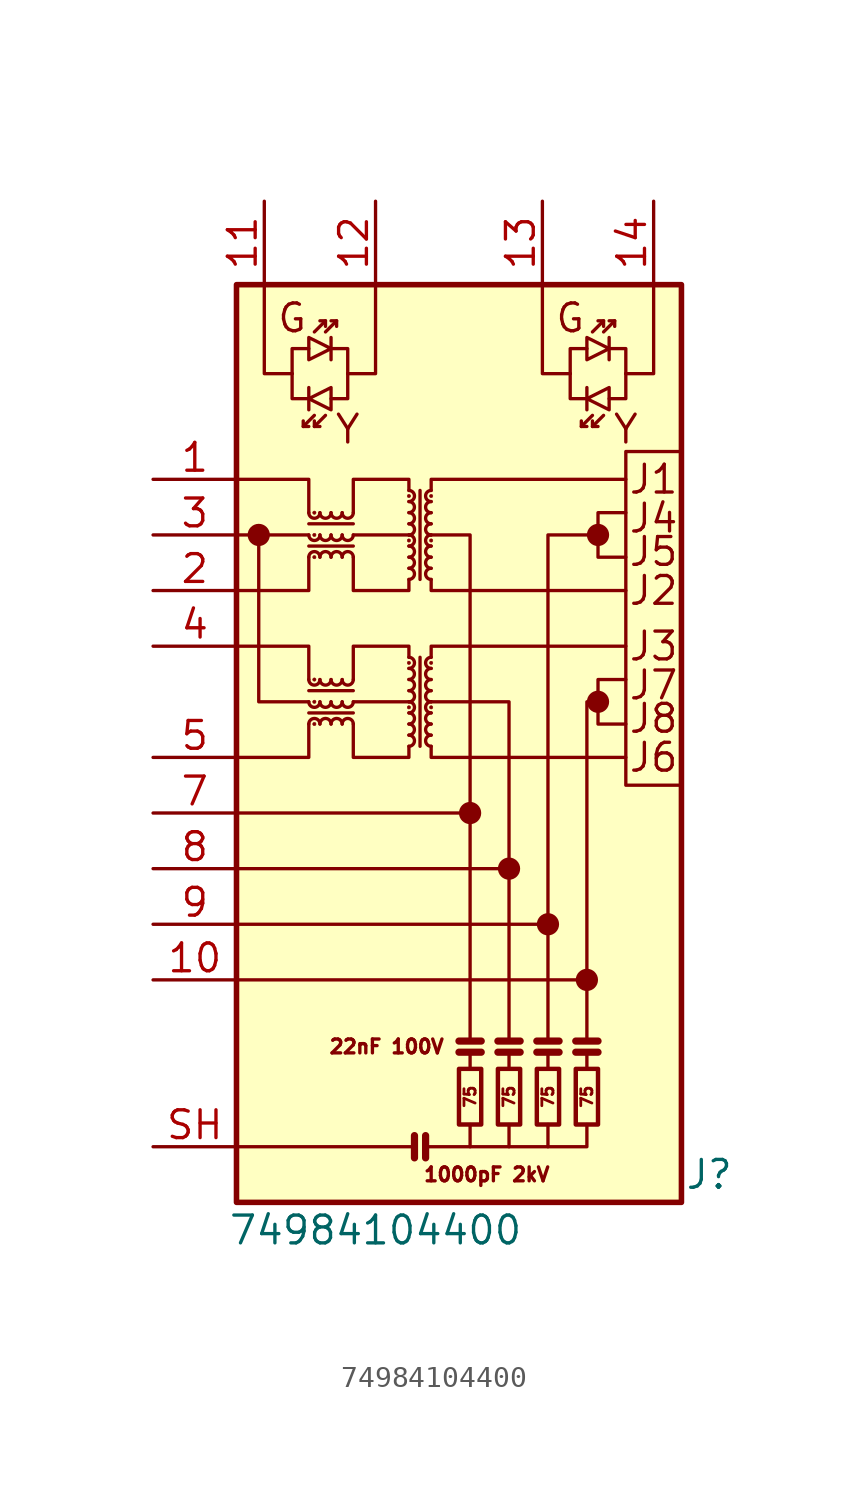
<source format=kicad_sym>
(kicad_symbol_lib
  (version 20220914)
  (generator kicad_symbol_editor)
  (symbol "74984104400"
    (pin_names
      (offset 0) hide)
    (property "Reference" "J"
      (at 10.16 -19.05 0)
      (effects (font (size 1.27 1.27))))
    (property "Value" "74984104400"
      (at -5.08 -21.59 0)
      (effects (font (size 1.27 1.27))))
    (symbol "74984104400_0_0"
      (circle (center -10.414 10.16) (radius 0.0001) (stroke (width 0.508) (type default)) (fill (type none)))
      (circle (center -0.762 -2.54) (radius 0.0001) (stroke (width 0.508) (type default)) (fill (type none)))
      (polyline (pts (xy -6.096 2.54) (xy -3.556 2.54)) (stroke (width 0) (type default)) (fill (type none)))
      (polyline (pts (xy -6.096 10.16) (xy -3.556 10.16)) (stroke (width 0) (type default)) (fill (type none)))
      (polyline (pts (xy -3.556 0.508) (xy -3.556 0) (xy -6.096 0) (xy -6.096 1.524)) (stroke (width 0) (type default)) (fill (type none)))
      (polyline (pts (xy -3.556 4.572) (xy -3.556 5.08) (xy -6.096 5.08) (xy -6.096 3.556)) (stroke (width 0) (type default)) (fill (type none)))
      (polyline (pts (xy -3.556 8.128) (xy -3.556 7.62) (xy -6.096 7.62) (xy -6.096 9.144)) (stroke (width 0) (type default)) (fill (type none)))
      (polyline (pts (xy -3.556 12.192) (xy -3.556 12.7) (xy -6.096 12.7) (xy -6.096 11.176)) (stroke (width 0) (type default)) (fill (type none)))
      (circle (center 1.016 -5.08) (radius 0.0001) (stroke (width 0.508) (type default)) (fill (type none)))
      (circle (center 2.794 -7.62) (radius 0.0001) (stroke (width 0.508) (type default)) (fill (type none)))
      (circle (center 4.572 -10.16) (radius 0.0001) (stroke (width 0.508) (type default)) (fill (type none)))
      (circle (center 5.08 2.54) (radius 0.0001) (stroke (width 0.508) (type default)) (fill (type none)))
      (circle (center 5.08 10.16) (radius 0.0001) (stroke (width 0.508) (type default)) (fill (type none)))
      (text "1000pF 2kV" (at 0 -19.05 0) (effects (font (size 0.635 0.635))))
      (text "G" (at -8.89 20.066 0) (effects (font (size 1.27 1.27))))
      (text "G" (at 3.81 20.066 0) (effects (font (size 1.27 1.27))))
      (text "Y" (at -6.35 14.986 0) (effects (font (size 1.27 1.27))))
      (text "Y" (at 6.35 14.986 0) (effects (font (size 1.27 1.27)))))
    (symbol "74984104400_0_1"
      (rectangle (start -11.43 21.59) (end 8.89 -20.32) (stroke (width 0.254) (type default)) (fill (type background)))
      (arc (start -8.128 2.54) (mid -7.874 2.2871) (end -7.62 2.54) (stroke (width 0) (type default)) (fill (type none)))
      (arc (start -8.128 3.556) (mid -7.874 3.3031) (end -7.62 3.556) (stroke (width 0) (type default)) (fill (type none)))
      (arc (start -8.128 10.16) (mid -7.874 9.9071) (end -7.62 10.16) (stroke (width 0) (type default)) (fill (type none)))
      (arc (start -8.128 11.176) (mid -7.874 10.9231) (end -7.62 11.176) (stroke (width 0) (type default)) (fill (type none)))
      (circle (center -7.874 1.525) (radius 0.076) (stroke (width 0.025) (type default)) (fill (type outline)))
      (circle (center -7.874 2.54) (radius 0.076) (stroke (width 0.025) (type default)) (fill (type outline)))
      (circle (center -7.874 3.556) (radius 0.076) (stroke (width 0.025) (type default)) (fill (type outline)))
      (circle (center -7.874 9.145) (radius 0.076) (stroke (width 0.025) (type default)) (fill (type outline)))
      (circle (center -7.874 10.16) (radius 0.076) (stroke (width 0.025) (type default)) (fill (type outline)))
      (circle (center -7.874 11.176) (radius 0.076) (stroke (width 0.025) (type default)) (fill (type outline)))
      (arc (start -7.62 1.5251) (mid -7.874 1.778) (end -8.128 1.5251) (stroke (width 0) (type default)) (fill (type none)))
      (arc (start -7.62 2.54) (mid -7.366 2.2871) (end -7.112 2.54) (stroke (width 0) (type default)) (fill (type none)))
      (arc (start -7.62 3.556) (mid -7.366 3.3031) (end -7.112 3.556) (stroke (width 0) (type default)) (fill (type none)))
      (arc (start -7.62 9.1451) (mid -7.874 9.398) (end -8.128 9.1451) (stroke (width 0) (type default)) (fill (type none)))
      (arc (start -7.62 10.16) (mid -7.366 9.9071) (end -7.112 10.16) (stroke (width 0) (type default)) (fill (type none)))
      (arc (start -7.62 11.176) (mid -7.366 10.9231) (end -7.112 11.176) (stroke (width 0) (type default)) (fill (type none)))
      (arc (start -7.112 1.5251) (mid -7.366 1.778) (end -7.62 1.5251) (stroke (width 0) (type default)) (fill (type none)))
      (arc (start -7.112 2.54) (mid -6.858 2.2871) (end -6.604 2.54) (stroke (width 0) (type default)) (fill (type none)))
      (arc (start -7.112 3.556) (mid -6.858 3.3031) (end -6.604 3.556) (stroke (width 0) (type default)) (fill (type none)))
      (arc (start -7.112 9.1451) (mid -7.366 9.398) (end -7.62 9.1451) (stroke (width 0) (type default)) (fill (type none)))
      (arc (start -7.112 10.16) (mid -6.858 9.9071) (end -6.604 10.16) (stroke (width 0) (type default)) (fill (type none)))
      (arc (start -7.112 11.176) (mid -6.858 10.9231) (end -6.604 11.176) (stroke (width 0) (type default)) (fill (type none)))
      (arc (start -6.604 1.5251) (mid -6.858 1.778) (end -7.112 1.5251) (stroke (width 0) (type default)) (fill (type none)))
      (arc (start -6.604 2.54) (mid -6.35 2.2871) (end -6.096 2.54) (stroke (width 0) (type default)) (fill (type none)))
      (arc (start -6.604 3.556) (mid -6.35 3.3031) (end -6.096 3.556) (stroke (width 0) (type default)) (fill (type none)))
      (arc (start -6.604 9.1451) (mid -6.858 9.398) (end -7.112 9.1451) (stroke (width 0) (type default)) (fill (type none)))
      (arc (start -6.604 10.16) (mid -6.35 9.9071) (end -6.096 10.16) (stroke (width 0) (type default)) (fill (type none)))
      (arc (start -6.604 11.176) (mid -6.35 10.9231) (end -6.096 11.176) (stroke (width 0) (type default)) (fill (type none)))
      (arc (start -6.096 1.5251) (mid -6.35 1.778) (end -6.604 1.5251) (stroke (width 0) (type default)) (fill (type none)))
      (arc (start -6.096 9.1451) (mid -6.35 9.398) (end -6.604 9.1451) (stroke (width 0) (type default)) (fill (type none)))
      (arc (start -3.556 0.508) (mid -3.303 0.762) (end -3.556 1.016) (stroke (width 0) (type default)) (fill (type none)))
      (arc (start -3.556 1.016) (mid -3.3031 1.27) (end -3.556 1.524) (stroke (width 0) (type default)) (fill (type none)))
      (arc (start -3.556 1.524) (mid -3.303 1.778) (end -3.556 2.032) (stroke (width 0) (type default)) (fill (type none)))
      (arc (start -3.556 2.032) (mid -3.303 2.286) (end -3.556 2.54) (stroke (width 0) (type default)) (fill (type none)))
      (circle (center -3.556 2.286) (radius 0.076) (stroke (width 0.025) (type default)) (fill (type outline)))
      (arc (start -3.556 2.54) (mid -3.303 2.794) (end -3.556 3.048) (stroke (width 0) (type default)) (fill (type none)))
      (arc (start -3.556 3.048) (mid -3.303 3.302) (end -3.556 3.556) (stroke (width 0) (type default)) (fill (type none)))
      (arc (start -3.556 3.556) (mid -3.3031 3.81) (end -3.556 4.064) (stroke (width 0) (type default)) (fill (type none)))
      (arc (start -3.556 4.064) (mid -3.303 4.318) (end -3.556 4.572) (stroke (width 0) (type default)) (fill (type none)))
      (circle (center -3.556 4.318) (radius 0.076) (stroke (width 0.025) (type default)) (fill (type outline)))
      (arc (start -3.556 8.128) (mid -3.303 8.382) (end -3.556 8.636) (stroke (width 0) (type default)) (fill (type none)))
      (arc (start -3.556 8.636) (mid -3.3031 8.89) (end -3.556 9.144) (stroke (width 0) (type default)) (fill (type none)))
      (arc (start -3.556 9.144) (mid -3.303 9.398) (end -3.556 9.652) (stroke (width 0) (type default)) (fill (type none)))
      (arc (start -3.556 9.652) (mid -3.303 9.906) (end -3.556 10.16) (stroke (width 0) (type default)) (fill (type none)))
      (circle (center -3.556 9.906) (radius 0.076) (stroke (width 0.025) (type default)) (fill (type outline)))
      (arc (start -3.556 10.16) (mid -3.303 10.414) (end -3.556 10.668) (stroke (width 0) (type default)) (fill (type none)))
      (arc (start -3.556 10.668) (mid -3.303 10.922) (end -3.556 11.176) (stroke (width 0) (type default)) (fill (type none)))
      (arc (start -3.556 11.176) (mid -3.3031 11.43) (end -3.556 11.684) (stroke (width 0) (type default)) (fill (type none)))
      (arc (start -3.556 11.684) (mid -3.303 11.938) (end -3.556 12.192) (stroke (width 0) (type default)) (fill (type none)))
      (circle (center -3.556 11.938) (radius 0.076) (stroke (width 0.025) (type default)) (fill (type outline)))
      (arc (start -2.54 1.016) (mid -2.793 0.762) (end -2.54 0.508) (stroke (width 0) (type default)) (fill (type none)))
      (arc (start -2.54 1.524) (mid -2.7929 1.27) (end -2.54 1.016) (stroke (width 0) (type default)) (fill (type none)))
      (arc (start -2.54 2.032) (mid -2.793 1.778) (end -2.54 1.524) (stroke (width 0) (type default)) (fill (type none)))
      (circle (center -2.54 2.286) (radius 0.076) (stroke (width 0.025) (type default)) (fill (type outline)))
      (arc (start -2.54 2.54) (mid -2.793 2.286) (end -2.54 2.032) (stroke (width 0) (type default)) (fill (type none)))
      (arc (start -2.54 3.048) (mid -2.793 2.794) (end -2.54 2.54) (stroke (width 0) (type default)) (fill (type none)))
      (arc (start -2.54 3.556) (mid -2.793 3.302) (end -2.54 3.048) (stroke (width 0) (type default)) (fill (type none)))
      (arc (start -2.54 4.064) (mid -2.7929 3.81) (end -2.54 3.556) (stroke (width 0) (type default)) (fill (type none)))
      (circle (center -2.54 4.318) (radius 0.076) (stroke (width 0.025) (type default)) (fill (type outline)))
      (arc (start -2.54 4.572) (mid -2.793 4.318) (end -2.54 4.064) (stroke (width 0) (type default)) (fill (type none)))
      (arc (start -2.54 8.636) (mid -2.793 8.382) (end -2.54 8.128) (stroke (width 0) (type default)) (fill (type none)))
      (arc (start -2.54 9.144) (mid -2.7929 8.89) (end -2.54 8.636) (stroke (width 0) (type default)) (fill (type none)))
      (arc (start -2.54 9.652) (mid -2.793 9.398) (end -2.54 9.144) (stroke (width 0) (type default)) (fill (type none)))
      (circle (center -2.54 9.906) (radius 0.076) (stroke (width 0.025) (type default)) (fill (type outline)))
      (arc (start -2.54 10.16) (mid -2.793 9.906) (end -2.54 9.652) (stroke (width 0) (type default)) (fill (type none)))
      (arc (start -2.54 10.668) (mid -2.793 10.414) (end -2.54 10.16) (stroke (width 0) (type default)) (fill (type none)))
      (arc (start -2.54 11.176) (mid -2.793 10.922) (end -2.54 10.668) (stroke (width 0) (type default)) (fill (type none)))
      (arc (start -2.54 11.684) (mid -2.7929 11.43) (end -2.54 11.176) (stroke (width 0) (type default)) (fill (type none)))
      (circle (center -2.54 11.938) (radius 0.076) (stroke (width 0.025) (type default)) (fill (type outline)))
      (arc (start -2.54 12.192) (mid -2.793 11.938) (end -2.54 11.684) (stroke (width 0) (type default)) (fill (type none)))
      (rectangle (start -1.27 -16.764) (end -0.254 -14.224) (stroke (width 0.203) (type default)) (fill (type none)))
      (polyline (pts (xy -8.382 15.113) (xy -7.874 15.621)) (stroke (width 0) (type default)) (fill (type none)))
      (polyline (pts (xy -8.128 16.891) (xy -8.128 15.875)) (stroke (width 0) (type default)) (fill (type none)))
      (polyline (pts (xy -7.874 15.113) (xy -7.366 15.621)) (stroke (width 0) (type default)) (fill (type none)))
      (polyline (pts (xy -7.366 19.939) (xy -7.874 19.431)) (stroke (width 0) (type default)) (fill (type none)))
      (polyline (pts (xy -7.112 18.161) (xy -7.112 19.177)) (stroke (width 0) (type default)) (fill (type none)))
      (polyline (pts (xy -6.858 19.939) (xy -7.366 19.431)) (stroke (width 0) (type default)) (fill (type none)))
      (polyline (pts (xy -6.096 2.032) (xy -8.128 2.032)) (stroke (width 0) (type default)) (fill (type none)))
      (polyline (pts (xy -6.096 3.048) (xy -8.128 3.048)) (stroke (width 0) (type default)) (fill (type none)))
      (polyline (pts (xy -6.096 9.652) (xy -8.128 9.652)) (stroke (width 0) (type default)) (fill (type none)))
      (polyline (pts (xy -6.096 10.668) (xy -8.128 10.668)) (stroke (width 0) (type default)) (fill (type none)))
      (polyline (pts (xy -3.302 -17.272) (xy -3.302 -18.288)) (stroke (width 0.33) (type default)) (fill (type none)))
      (polyline (pts (xy -3.048 0.508) (xy -3.048 4.572)) (stroke (width 0) (type default)) (fill (type none)))
      (polyline (pts (xy -3.048 8.128) (xy -3.048 12.192)) (stroke (width 0) (type default)) (fill (type none)))
      (polyline (pts (xy -2.794 -17.272) (xy -2.794 -18.288)) (stroke (width 0.33) (type default)) (fill (type none)))
      (polyline (pts (xy -0.254 -13.462) (xy -1.27 -13.462)) (stroke (width 0.33) (type default)) (fill (type none)))
      (polyline (pts (xy -0.254 -12.954) (xy -1.27 -12.954)) (stroke (width 0.33) (type default)) (fill (type none)))
      (polyline (pts (xy 1.524 -13.462) (xy 0.508 -13.462)) (stroke (width 0.33) (type default)) (fill (type none)))
      (polyline (pts (xy 1.524 -12.954) (xy 0.508 -12.954)) (stroke (width 0.33) (type default)) (fill (type none)))
      (polyline (pts (xy 3.302 -13.462) (xy 2.286 -13.462)) (stroke (width 0.33) (type default)) (fill (type none)))
      (polyline (pts (xy 3.302 -12.954) (xy 2.286 -12.954)) (stroke (width 0.33) (type default)) (fill (type none)))
      (polyline (pts (xy 4.318 15.113) (xy 4.826 15.621)) (stroke (width 0) (type default)) (fill (type none)))
      (polyline (pts (xy 4.572 16.891) (xy 4.572 15.875)) (stroke (width 0) (type default)) (fill (type none)))
      (polyline (pts (xy 4.826 15.113) (xy 5.334 15.621)) (stroke (width 0) (type default)) (fill (type none)))
      (polyline (pts (xy 5.08 -13.462) (xy 4.064 -13.462)) (stroke (width 0.33) (type default)) (fill (type none)))
      (polyline (pts (xy 5.08 -12.954) (xy 4.064 -12.954)) (stroke (width 0.33) (type default)) (fill (type none)))
      (polyline (pts (xy 5.334 19.939) (xy 4.826 19.431)) (stroke (width 0) (type default)) (fill (type none)))
      (polyline (pts (xy 5.588 18.161) (xy 5.588 19.177)) (stroke (width 0) (type default)) (fill (type none)))
      (polyline (pts (xy 5.842 19.939) (xy 5.334 19.431)) (stroke (width 0) (type default)) (fill (type none)))
      (polyline (pts (xy -8.89 17.526) (xy -8.89 16.383) (xy -8.128 16.383)) (stroke (width 0) (type default)) (fill (type none)))
      (polyline (pts (xy -8.89 17.526) (xy -8.89 18.669) (xy -8.128 18.669)) (stroke (width 0) (type default)) (fill (type none)))
      (polyline (pts (xy -8.382 15.367) (xy -8.382 15.113) (xy -8.128 15.113)) (stroke (width 0) (type default)) (fill (type none)))
      (polyline (pts (xy -7.874 15.367) (xy -7.874 15.113) (xy -7.62 15.113)) (stroke (width 0) (type default)) (fill (type none)))
      (polyline (pts (xy -7.366 19.685) (xy -7.366 19.939) (xy -7.62 19.939)) (stroke (width 0) (type default)) (fill (type none)))
      (polyline (pts (xy -6.858 19.685) (xy -6.858 19.939) (xy -7.112 19.939)) (stroke (width 0) (type default)) (fill (type none)))
      (polyline (pts (xy -6.35 17.526) (xy -6.35 16.383) (xy -7.112 16.383)) (stroke (width 0) (type default)) (fill (type none)))
      (polyline (pts (xy -6.35 17.526) (xy -6.35 18.669) (xy -7.112 18.669)) (stroke (width 0) (type default)) (fill (type none)))
      (polyline (pts (xy 3.81 17.526) (xy 3.81 16.383) (xy 4.572 16.383)) (stroke (width 0) (type default)) (fill (type none)))
      (polyline (pts (xy 3.81 17.526) (xy 3.81 18.669) (xy 4.572 18.669)) (stroke (width 0) (type default)) (fill (type none)))
      (polyline (pts (xy 4.318 15.367) (xy 4.318 15.113) (xy 4.572 15.113)) (stroke (width 0) (type default)) (fill (type none)))
      (polyline (pts (xy 4.826 15.367) (xy 4.826 15.113) (xy 5.08 15.113)) (stroke (width 0) (type default)) (fill (type none)))
      (polyline (pts (xy 5.334 19.685) (xy 5.334 19.939) (xy 5.08 19.939)) (stroke (width 0) (type default)) (fill (type none)))
      (polyline (pts (xy 5.842 19.685) (xy 5.842 19.939) (xy 5.588 19.939)) (stroke (width 0) (type default)) (fill (type none)))
      (polyline (pts (xy 6.35 17.526) (xy 6.35 16.383) (xy 5.588 16.383)) (stroke (width 0) (type default)) (fill (type none)))
      (polyline (pts (xy 6.35 17.526) (xy 6.35 18.669) (xy 5.588 18.669)) (stroke (width 0) (type default)) (fill (type none)))
      (polyline (pts (xy -8.128 16.383) (xy -7.112 16.891) (xy -7.112 15.875) (xy -8.128 16.383)) (stroke (width 0) (type default)) (fill (type none)))
      (polyline (pts (xy -7.112 18.669) (xy -8.128 18.161) (xy -8.128 19.177) (xy -7.112 18.669)) (stroke (width 0) (type default)) (fill (type none)))
      (polyline (pts (xy 4.572 16.383) (xy 5.588 16.891) (xy 5.588 15.875) (xy 4.572 16.383)) (stroke (width 0) (type default)) (fill (type none)))
      (polyline (pts (xy 5.588 18.669) (xy 4.572 18.161) (xy 4.572 19.177) (xy 5.588 18.669)) (stroke (width 0) (type default)) (fill (type none)))
      (rectangle (start 0.508 -16.764) (end 1.524 -14.224) (stroke (width 0.203) (type default)) (fill (type none)))
      (rectangle (start 2.286 -16.764) (end 3.302 -14.224) (stroke (width 0.203) (type default)) (fill (type none)))
      (rectangle (start 4.064 -16.764) (end 5.08 -14.224) (stroke (width 0.203) (type default)) (fill (type none)))
      (rectangle (start 6.35 13.97) (end 8.89 -1.27) (stroke (width 0) (type default)) (fill (type none))))
    (symbol "74984104400_1_0"
      (polyline (pts (xy -11.43 -10.16) (xy 4.572 -10.16)) (stroke (width 0) (type default)) (fill (type none)))
      (polyline (pts (xy -11.43 -7.62) (xy 2.794 -7.62)) (stroke (width 0) (type default)) (fill (type none)))
      (polyline (pts (xy -11.43 -2.54) (xy -0.762 -2.54)) (stroke (width 0) (type default)) (fill (type none)))
      (polyline (pts (xy -8.128 10.16) (xy -11.43 10.16)) (stroke (width 0) (type default)) (fill (type none)))
      (polyline (pts (xy -3.302 -17.78) (xy -11.43 -17.78)) (stroke (width 0) (type default)) (fill (type none)))
      (polyline (pts (xy -0.762 -13.462) (xy -0.762 -14.224)) (stroke (width 0) (type default)) (fill (type none)))
      (polyline (pts (xy 1.016 -13.462) (xy 1.016 -14.224)) (stroke (width 0) (type default)) (fill (type none)))
      (polyline (pts (xy 1.016 -5.08) (xy -11.43 -5.08)) (stroke (width 0) (type default)) (fill (type none)))
      (polyline (pts (xy 2.794 -13.462) (xy 2.794 -14.224)) (stroke (width 0) (type default)) (fill (type none)))
      (polyline (pts (xy 4.572 -13.462) (xy 4.572 -14.224)) (stroke (width 0) (type default)) (fill (type none)))
      (polyline (pts (xy -10.414 10.16) (xy -10.414 2.54) (xy -8.128 2.54)) (stroke (width 0) (type default)) (fill (type none)))
      (polyline (pts (xy -10.16 21.59) (xy -10.16 17.526) (xy -8.89 17.526)) (stroke (width 0) (type default)) (fill (type none)))
      (polyline (pts (xy -8.128 1.524) (xy -8.128 0) (xy -11.43 0)) (stroke (width 0) (type default)) (fill (type none)))
      (polyline (pts (xy -8.128 3.556) (xy -8.128 5.08) (xy -11.43 5.08)) (stroke (width 0) (type default)) (fill (type none)))
      (polyline (pts (xy -8.128 9.144) (xy -8.128 7.62) (xy -11.43 7.62)) (stroke (width 0) (type default)) (fill (type none)))
      (polyline (pts (xy -8.128 11.176) (xy -8.128 12.7) (xy -11.43 12.7)) (stroke (width 0) (type default)) (fill (type none)))
      (polyline (pts (xy -5.08 21.59) (xy -5.08 17.526) (xy -6.35 17.526)) (stroke (width 0) (type default)) (fill (type none)))
      (polyline (pts (xy -2.54 0.508) (xy -2.54 0) (xy 6.35 0)) (stroke (width 0) (type default)) (fill (type none)))
      (polyline (pts (xy -2.54 4.572) (xy -2.54 5.08) (xy 6.35 5.08)) (stroke (width 0) (type default)) (fill (type none)))
      (polyline (pts (xy -2.54 8.128) (xy -2.54 7.62) (xy 6.35 7.62)) (stroke (width 0) (type default)) (fill (type none)))
      (polyline (pts (xy -2.54 12.192) (xy -2.54 12.7) (xy 6.35 12.7)) (stroke (width 0) (type default)) (fill (type none)))
      (polyline (pts (xy -0.762 -16.764) (xy -0.762 -17.78) (xy -2.794 -17.78)) (stroke (width 0) (type default)) (fill (type none)))
      (polyline (pts (xy -0.762 -12.954) (xy -0.762 10.16) (xy -2.54 10.16)) (stroke (width 0) (type default)) (fill (type none)))
      (polyline (pts (xy 1.016 -16.764) (xy 1.016 -17.78) (xy -0.762 -17.78)) (stroke (width 0) (type default)) (fill (type none)))
      (polyline (pts (xy 1.016 -12.954) (xy 1.016 2.54) (xy -2.54 2.54)) (stroke (width 0) (type default)) (fill (type none)))
      (polyline (pts (xy 2.54 21.59) (xy 2.54 17.526) (xy 3.81 17.526)) (stroke (width 0) (type default)) (fill (type none)))
      (polyline (pts (xy 2.794 -16.764) (xy 2.794 -17.78) (xy 1.016 -17.78)) (stroke (width 0) (type default)) (fill (type none)))
      (polyline (pts (xy 2.794 -12.954) (xy 2.794 10.16) (xy 5.08 10.16)) (stroke (width 0) (type default)) (fill (type none)))
      (polyline (pts (xy 4.572 -16.764) (xy 4.572 -17.78) (xy 2.794 -17.78)) (stroke (width 0) (type default)) (fill (type none)))
      (polyline (pts (xy 5.08 2.54) (xy 4.572 2.54) (xy 4.572 -12.954)) (stroke (width 0) (type default)) (fill (type none)))
      (polyline (pts (xy 7.62 21.59) (xy 7.62 17.526) (xy 6.35 17.526)) (stroke (width 0) (type default)) (fill (type none)))
      (polyline (pts (xy 6.35 1.524) (xy 5.08 1.524) (xy 5.08 3.556) (xy 6.35 3.556)) (stroke (width 0) (type default)) (fill (type none)))
      (polyline (pts (xy 6.35 9.144) (xy 5.08 9.144) (xy 5.08 11.176) (xy 6.35 11.176)) (stroke (width 0) (type default)) (fill (type none)))
      (text "22nF 100V" (at -4.572 -13.208 0) (effects (font (size 0.635 0.635))))
      (text "75" (at -0.762 -15.494 900) (effects (font (size 0.508 0.508))))
      (text "75" (at 1.016 -15.494 900) (effects (font (size 0.508 0.508))))
      (text "75" (at 2.794 -15.494 900) (effects (font (size 0.508 0.508))))
      (text "75" (at 4.572 -15.494 900) (effects (font (size 0.508 0.508))))
      (text "J1" (at 7.62 12.7 0) (effects (font (size 1.27 1.27))))
      (text "J2" (at 7.62 7.62 0) (effects (font (size 1.27 1.27))))
      (text "J3" (at 7.62 5.08 0) (effects (font (size 1.27 1.27))))
      (text "J4" (at 7.62 10.922 0) (effects (font (size 1.27 1.27))))
      (text "J5" (at 7.62 9.398 0) (effects (font (size 1.27 1.27))))
      (text "J6" (at 7.62 0 0) (effects (font (size 1.27 1.27))))
      (text "J7" (at 7.62 3.302 0) (effects (font (size 1.27 1.27))))
      (text "J8" (at 7.62 1.778 0) (effects (font (size 1.27 1.27)))))
    (symbol "74984104400_1_1"
      (pin passive line (at -15.24 12.7 0) (length 3.81) (name "TD+" (effects (font (size 1.27 1.27)))) (number "1" (effects (font (size 1.27 1.27)))))
      (pin passive line (at -15.24 -10.16 0) (length 3.81) (name "V2-" (effects (font (size 1.27 1.27)))) (number "10" (effects (font (size 1.27 1.27)))))
      (pin passive line (at -10.16 25.4 270) (length 3.81) (name "~" (effects (font (size 1.27 1.27)))) (number "11" (effects (font (size 1.27 1.27)))))
      (pin passive line (at -5.08 25.4 270) (length 3.81) (name "~" (effects (font (size 1.27 1.27)))) (number "12" (effects (font (size 1.27 1.27)))))
      (pin passive line (at 2.54 25.4 270) (length 3.81) (name "~" (effects (font (size 1.27 1.27)))) (number "13" (effects (font (size 1.27 1.27)))))
      (pin passive line (at 7.62 25.4 270) (length 3.81) (name "~" (effects (font (size 1.27 1.27)))) (number "14" (effects (font (size 1.27 1.27)))))
      (pin passive line (at -15.24 7.62 0) (length 3.81) (name "TD-" (effects (font (size 1.27 1.27)))) (number "2" (effects (font (size 1.27 1.27)))))
      (pin passive line (at -15.24 10.16 0) (length 3.81) (name "CD" (effects (font (size 1.27 1.27)))) (number "3" (effects (font (size 1.27 1.27)))))
      (pin passive line (at -15.24 5.08 0) (length 3.81) (name "RD+" (effects (font (size 1.27 1.27)))) (number "4" (effects (font (size 1.27 1.27)))))
      (pin passive line (at -15.24 0 0) (length 3.81) (name "RD-" (effects (font (size 1.27 1.27)))) (number "5" (effects (font (size 1.27 1.27)))))
      (pin passive line (at -15.24 -2.54 0) (length 3.81) (name "V1+" (effects (font (size 1.27 1.27)))) (number "7" (effects (font (size 1.27 1.27)))))
      (pin passive line (at -15.24 -5.08 0) (length 3.81) (name "V1-" (effects (font (size 1.27 1.27)))) (number "8" (effects (font (size 1.27 1.27)))))
      (pin passive line (at -15.24 -7.62 0) (length 3.81) (name "V2+" (effects (font (size 1.27 1.27)))) (number "9" (effects (font (size 1.27 1.27)))))
      (pin passive line (at -15.24 -17.78 0) (length 3.81) (name "SH" (effects (font (size 1.27 1.27)))) (number "SH" (effects (font (size 1.27 1.27))))))))
</source>
